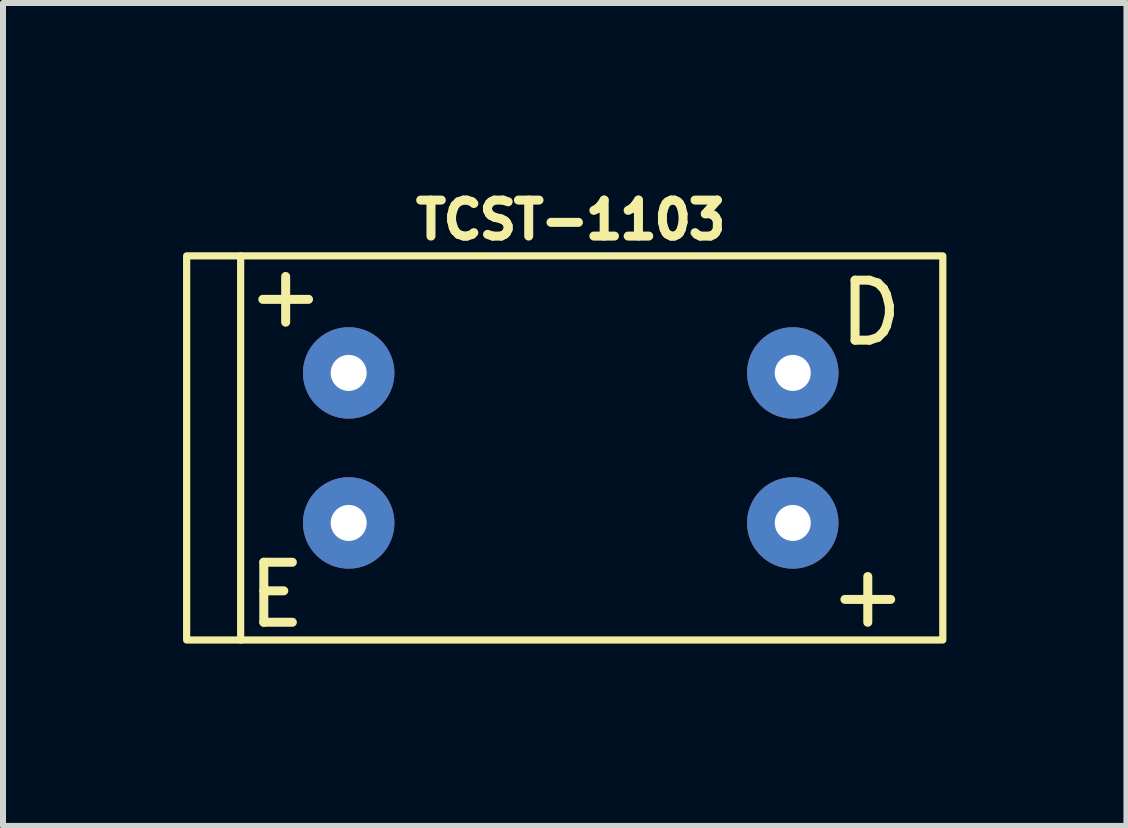
<source format=kicad_pcb>
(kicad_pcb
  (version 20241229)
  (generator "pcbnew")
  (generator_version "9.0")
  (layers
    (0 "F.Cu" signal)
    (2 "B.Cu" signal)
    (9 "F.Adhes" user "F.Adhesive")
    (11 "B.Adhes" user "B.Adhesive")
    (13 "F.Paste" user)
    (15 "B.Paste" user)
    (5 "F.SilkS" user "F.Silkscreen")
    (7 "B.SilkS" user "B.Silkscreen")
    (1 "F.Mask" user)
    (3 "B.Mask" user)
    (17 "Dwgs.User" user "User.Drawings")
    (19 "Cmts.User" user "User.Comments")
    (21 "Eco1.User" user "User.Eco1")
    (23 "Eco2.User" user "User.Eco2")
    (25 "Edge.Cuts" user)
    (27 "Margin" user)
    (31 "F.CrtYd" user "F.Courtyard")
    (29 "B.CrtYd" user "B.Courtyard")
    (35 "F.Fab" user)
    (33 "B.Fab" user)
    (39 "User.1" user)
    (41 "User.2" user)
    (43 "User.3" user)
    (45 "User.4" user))
  (footprint "TCST-1103"
    (layer "F.Cu")
    (at 6.46 4.414)
    (property "Reference" "TCST-1103" (at 0 -3.8 0) (unlocked yes) (layer "F.SilkS") (effects (font (size 0.6 0.6) (thickness 0.15))))
    (attr through_hole)
    (fp_line (start -5.5 -3.2) (end -5.5 3.2) (stroke (width 0.12) (type solid)) (layer "F.SilkS"))
    (fp_rect (start 6.2 -3.2) (end -6.4 3.2) (stroke (width 0.12) (type solid)) (fill no) (layer "F.SilkS"))
    (fp_text user "+" (at 4.95 2.45 0) (unlocked yes) (layer "F.SilkS") (effects (font (size 1 1) (thickness 0.15))))
    (fp_text user "D" (at 5 -2.25 0) (unlocked yes) (layer "F.SilkS") (effects (font (size 1 1) (thickness 0.15))))
    (fp_text user "E" (at -4.9 2.45 0) (unlocked yes) (layer "F.SilkS") (effects (font (size 1 1) (thickness 0.15))))
    (fp_text user "+" (at -4.75 -2.55 0) (unlocked yes) (layer "F.SilkS") (effects (font (size 1 1) (thickness 0.15))))
    (pad "1" thru_hole circle (at -3.7 -1.25) (size 1.524 1.524) (drill 0.6) (layers "*.Cu" "*.Mask"))
    (pad "2" thru_hole circle (at -3.7 1.25) (size 1.524 1.524) (drill 0.6) (layers "*.Cu" "*.Mask"))
    (pad "3" thru_hole circle (at 3.7 1.25) (size 1.524 1.524) (drill 0.6) (layers "*.Cu" "*.Mask"))
    (pad "4" thru_hole circle (at 3.7 -1.25) (size 1.524 1.524) (drill 0.6) (layers "*.Cu" "*.Mask")))
  (gr_rect
    (start -3 -3)
    (end 15.72 10.713)
    (stroke (width 0.1) (type default))
    (fill no)
    (layer "Edge.Cuts")))
</source>
